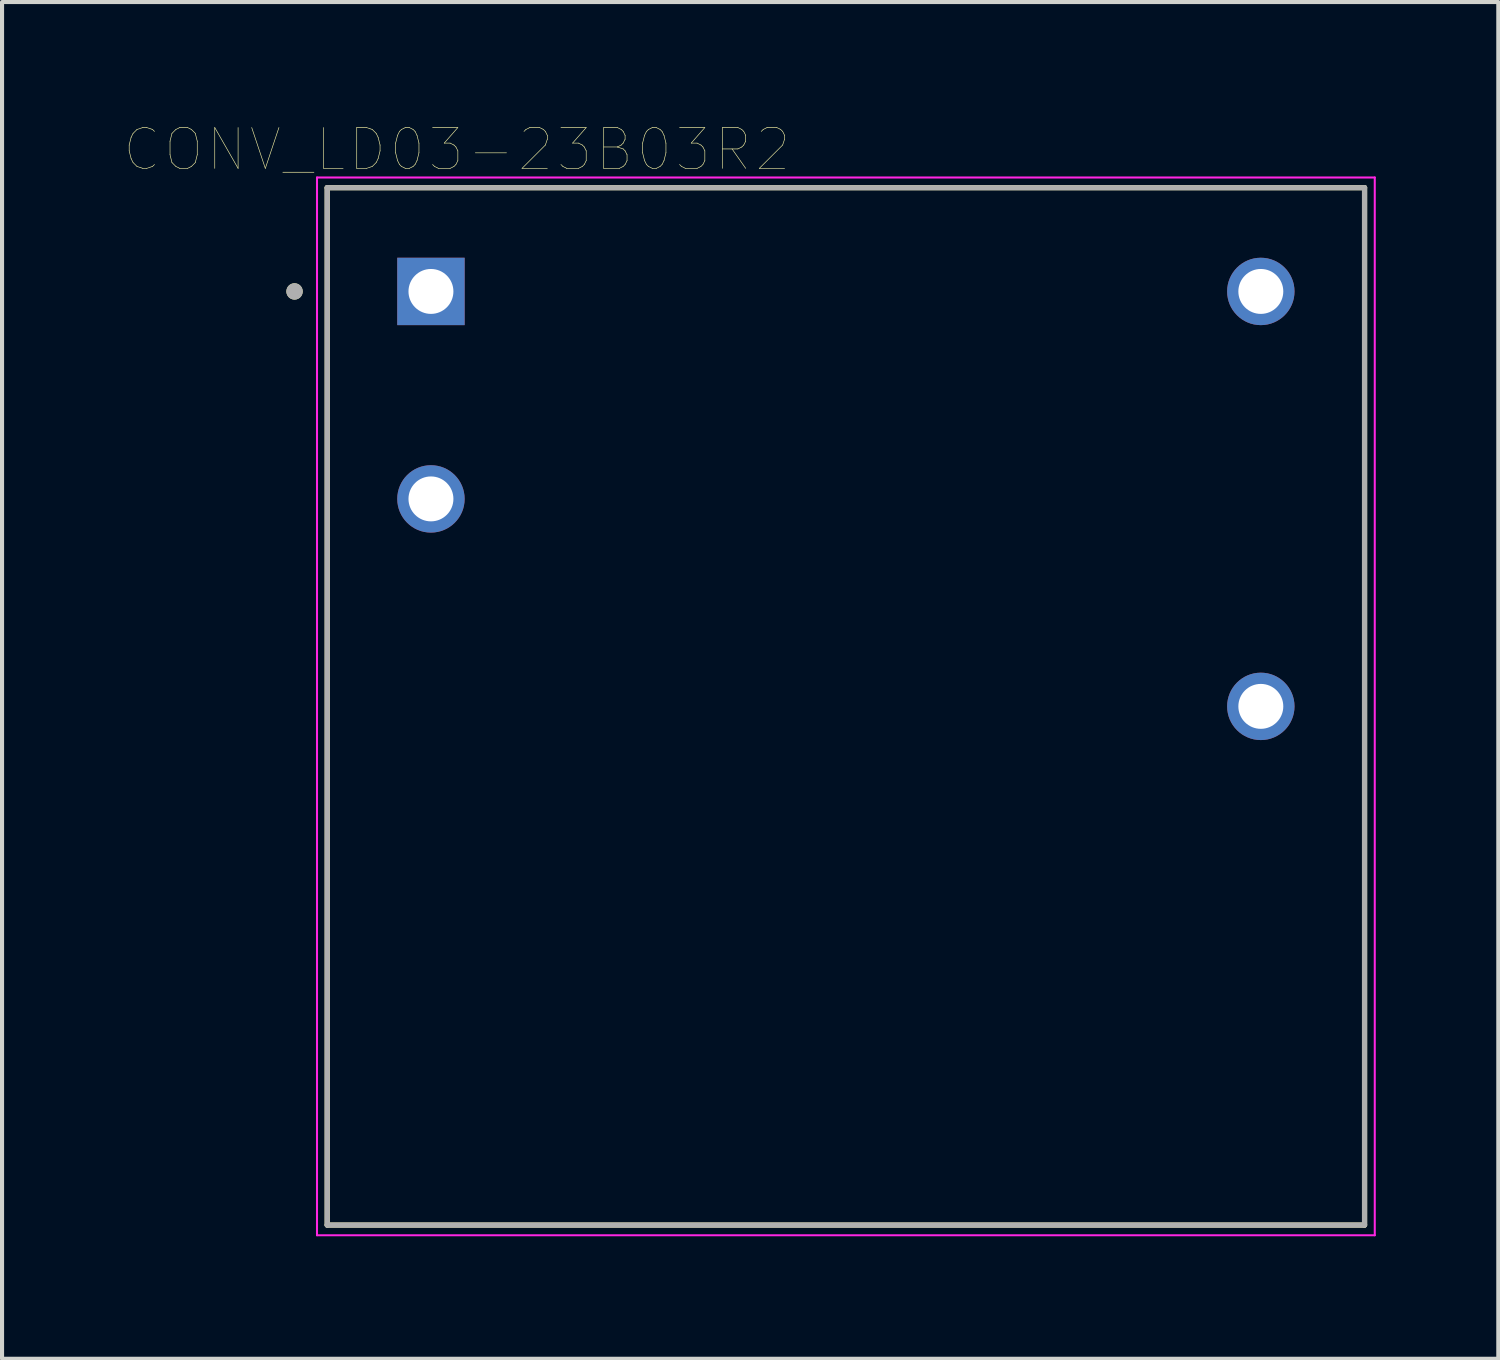
<source format=kicad_pcb>
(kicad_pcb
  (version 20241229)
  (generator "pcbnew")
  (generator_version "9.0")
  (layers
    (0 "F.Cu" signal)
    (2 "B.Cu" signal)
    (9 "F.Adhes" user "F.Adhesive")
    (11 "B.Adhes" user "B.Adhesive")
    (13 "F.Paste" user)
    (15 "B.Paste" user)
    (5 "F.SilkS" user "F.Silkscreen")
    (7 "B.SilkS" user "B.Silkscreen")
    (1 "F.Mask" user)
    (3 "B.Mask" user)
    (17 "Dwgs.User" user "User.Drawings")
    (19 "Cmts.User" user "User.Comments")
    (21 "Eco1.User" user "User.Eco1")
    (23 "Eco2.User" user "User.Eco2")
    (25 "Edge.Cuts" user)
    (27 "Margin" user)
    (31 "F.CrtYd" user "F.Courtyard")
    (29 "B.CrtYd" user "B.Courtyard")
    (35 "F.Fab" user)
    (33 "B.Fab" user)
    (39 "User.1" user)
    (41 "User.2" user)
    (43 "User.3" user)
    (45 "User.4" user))
  (footprint "CONV_LD03-23B03R2"
    (layer "F.Cu")
    (at 17.662 14.246)
    (property "Reference" "CONV_LD03-23B03R2" (at -9.525 -13.635 0) (layer "F.SilkS") (effects (font (size 1 1) (thickness 0.015))))
    (attr through_hole)
    (fp_line (start -12.7 -12.7) (end 12.7 -12.7) (stroke (width 0.127) (type solid)) (layer "F.SilkS"))
    (fp_line (start -12.7 12.7) (end -12.7 -12.7) (stroke (width 0.127) (type solid)) (layer "F.SilkS"))
    (fp_line (start 12.7 -12.7) (end 12.7 12.7) (stroke (width 0.127) (type solid)) (layer "F.SilkS"))
    (fp_line (start 12.7 12.7) (end -12.7 12.7) (stroke (width 0.127) (type solid)) (layer "F.SilkS"))
    (fp_circle (center -13.5 -10.16) (end -13.4 -10.16) (stroke (width 0.2) (type solid)) (fill no) (layer "F.SilkS"))
    (fp_line (start -12.95 -12.95) (end 12.95 -12.95) (stroke (width 0.05) (type solid)) (layer "F.CrtYd"))
    (fp_line (start -12.95 12.95) (end -12.95 -12.95) (stroke (width 0.05) (type solid)) (layer "F.CrtYd"))
    (fp_line (start 12.95 -12.95) (end 12.95 12.95) (stroke (width 0.05) (type solid)) (layer "F.CrtYd"))
    (fp_line (start 12.95 12.95) (end -12.95 12.95) (stroke (width 0.05) (type solid)) (layer "F.CrtYd"))
    (fp_line (start -12.7 -12.7) (end -12.7 12.7) (stroke (width 0.127) (type solid)) (layer "F.Fab"))
    (fp_line (start -12.7 -12.7) (end 12.7 -12.7) (stroke (width 0.127) (type solid)) (layer "F.Fab"))
    (fp_line (start -12.7 12.7) (end 12.7 12.7) (stroke (width 0.127) (type solid)) (layer "F.Fab"))
    (fp_line (start 12.7 12.7) (end 12.7 -12.7) (stroke (width 0.127) (type solid)) (layer "F.Fab"))
    (fp_circle (center -13.5 -10.16) (end -13.4 -10.16) (stroke (width 0.2) (type solid)) (fill no) (layer "F.Fab"))
    (pad "1" thru_hole rect (at -10.16 -10.16) (size 1.65 1.65) (drill 1.1) (layers "*.Cu" "*.Mask"))
    (pad "2" thru_hole circle (at -10.16 -5.08) (size 1.65 1.65) (drill 1.1) (layers "*.Cu" "*.Mask"))
    (pad "4" thru_hole circle (at 10.16 0) (size 1.65 1.65) (drill 1.1) (layers "*.Cu" "*.Mask"))
    (pad "5" thru_hole circle (at 10.16 -10.16) (size 1.65 1.65) (drill 1.1) (layers "*.Cu" "*.Mask")))
  (gr_rect
    (start -3 -3)
    (end 33.637 30.221)
    (stroke (width 0.1) (type default))
    (fill no)
    (layer "Edge.Cuts")))
</source>
